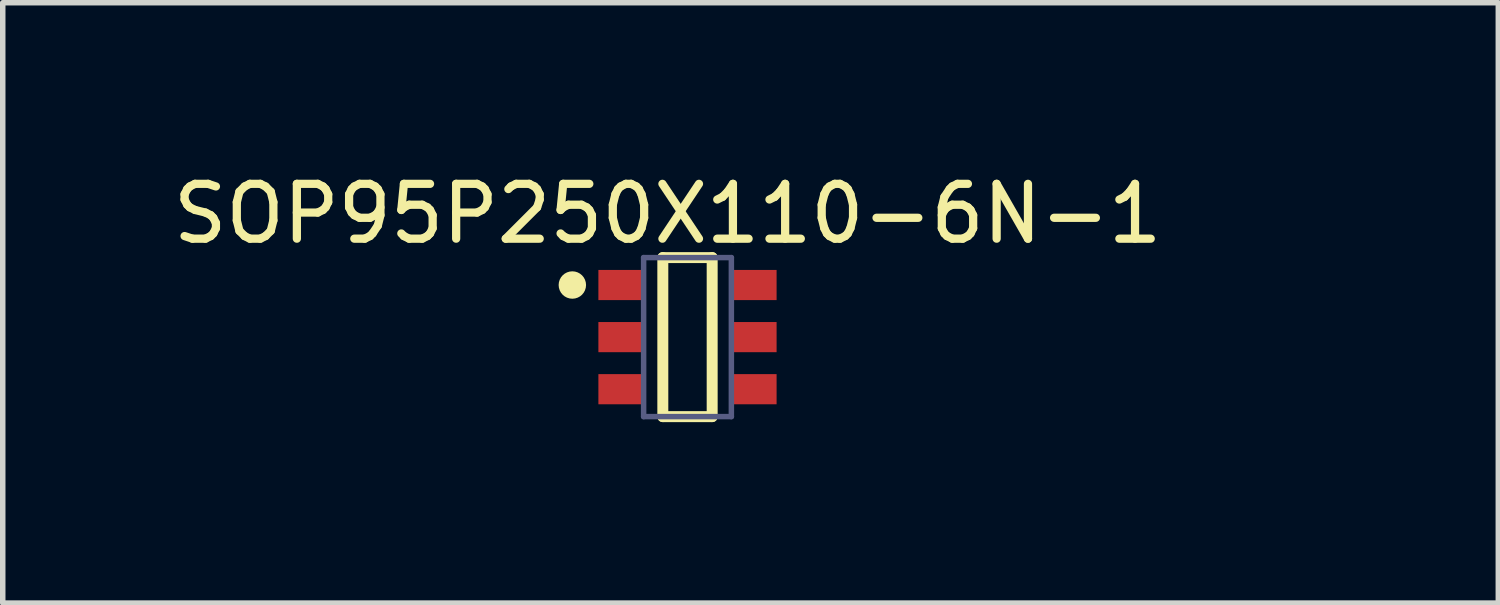
<source format=kicad_pcb>
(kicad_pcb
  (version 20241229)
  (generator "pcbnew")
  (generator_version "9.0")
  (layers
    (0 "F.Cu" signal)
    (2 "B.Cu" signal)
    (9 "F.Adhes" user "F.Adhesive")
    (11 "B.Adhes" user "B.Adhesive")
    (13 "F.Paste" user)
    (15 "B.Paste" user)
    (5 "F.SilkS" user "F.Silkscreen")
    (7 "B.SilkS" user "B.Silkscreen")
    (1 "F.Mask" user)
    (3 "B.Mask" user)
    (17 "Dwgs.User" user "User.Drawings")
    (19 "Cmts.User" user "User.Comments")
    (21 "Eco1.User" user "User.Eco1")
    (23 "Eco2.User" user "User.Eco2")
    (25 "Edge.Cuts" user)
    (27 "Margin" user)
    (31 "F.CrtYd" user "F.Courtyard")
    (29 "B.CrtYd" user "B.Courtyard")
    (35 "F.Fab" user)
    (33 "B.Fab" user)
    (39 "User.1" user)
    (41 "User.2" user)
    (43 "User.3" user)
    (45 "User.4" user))
  (footprint "SOP95P250X110-6N-1"
    (layer "F.Cu")
    (at 9.488 3.098)
    (property "Reference" "SOP95P250X110-6N-1" (at -0.362 -2.25 0) (unlocked yes) (layer "F.SilkS") (effects (font (size 1 1) (thickness 0.15))))
    (fp_line (start -0.45 -1.45) (end 0.45 -1.45) (stroke (width 0.2) (type solid)) (layer "F.SilkS"))
    (fp_line (start -0.45 1.45) (end -0.45 -1.45) (stroke (width 0.2) (type solid)) (layer "F.SilkS"))
    (fp_line (start -0.45 1.45) (end 0.45 1.45) (stroke (width 0.2) (type solid)) (layer "F.SilkS"))
    (fp_line (start 0.45 1.45) (end 0.45 -1.45) (stroke (width 0.2) (type solid)) (layer "F.SilkS"))
    (fp_circle (center -2.1 -0.95) (end -2.1 -1.075) (stroke (width 0.25) (type solid)) (fill no) (layer "F.SilkS"))
    (fp_line (start -1.9 -1.8) (end 1.9 -1.8) (stroke (width 0.1) (type solid)) (layer "Eco2.User"))
    (fp_line (start -1.9 1.8) (end -1.9 -1.8) (stroke (width 0.1) (type solid)) (layer "Eco2.User"))
    (fp_line (start -1.9 1.8) (end 1.9 1.8) (stroke (width 0.1) (type solid)) (layer "Eco2.User"))
    (fp_line (start -0.5 0) (end 0.5 0) (stroke (width 0.1) (type solid)) (layer "Eco2.User"))
    (fp_line (start 0 0.5) (end 0 -0.5) (stroke (width 0.1) (type solid)) (layer "Eco2.User"))
    (fp_line (start 1.9 1.8) (end 1.9 -1.8) (stroke (width 0.1) (type solid)) (layer "Eco2.User"))
    (fp_line (start -0.8 -1.45) (end 0.8 -1.45) (stroke (width 0.1) (type solid)) (layer "B.Fab"))
    (fp_line (start -0.8 1.45) (end -0.8 -1.45) (stroke (width 0.1) (type solid)) (layer "B.Fab"))
    (fp_line (start -0.8 1.45) (end 0.8 1.45) (stroke (width 0.1) (type solid)) (layer "B.Fab"))
    (fp_line (start 0.8 1.45) (end 0.8 -1.45) (stroke (width 0.1) (type solid)) (layer "B.Fab"))
    (fp_text user "${REFERENCE}" (at 0 0 0) (unlocked yes) (layer "User.3") (effects (font (face "Arial") (size 0.756 0.756) (thickness 0.254)) (justify left bottom)))
    (pad "1" smd rect (at -1.2 -0.95) (size 0.85 0.55) (layers "F.Cu" "F.Mask" "F.Paste"))
    (pad "2" smd rect (at -1.2 0) (size 0.85 0.55) (layers "F.Cu" "F.Mask" "F.Paste"))
    (pad "3" smd rect (at -1.2 0.95) (size 0.85 0.55) (layers "F.Cu" "F.Mask" "F.Paste"))
    (pad "4" smd rect (at 1.2 0.95) (size 0.85 0.55) (layers "F.Cu" "F.Mask" "F.Paste"))
    (pad "5" smd rect (at 1.2 0) (size 0.85 0.55) (layers "F.Cu" "F.Mask" "F.Paste"))
    (pad "6" smd rect (at 1.2 -0.95) (size 0.85 0.55) (layers "F.Cu" "F.Mask" "F.Paste")))
  (gr_rect
    (start -3 -3)
    (end 24.275 7.948)
    (stroke (width 0.1) (type default))
    (fill no)
    (layer "Edge.Cuts")))
</source>
